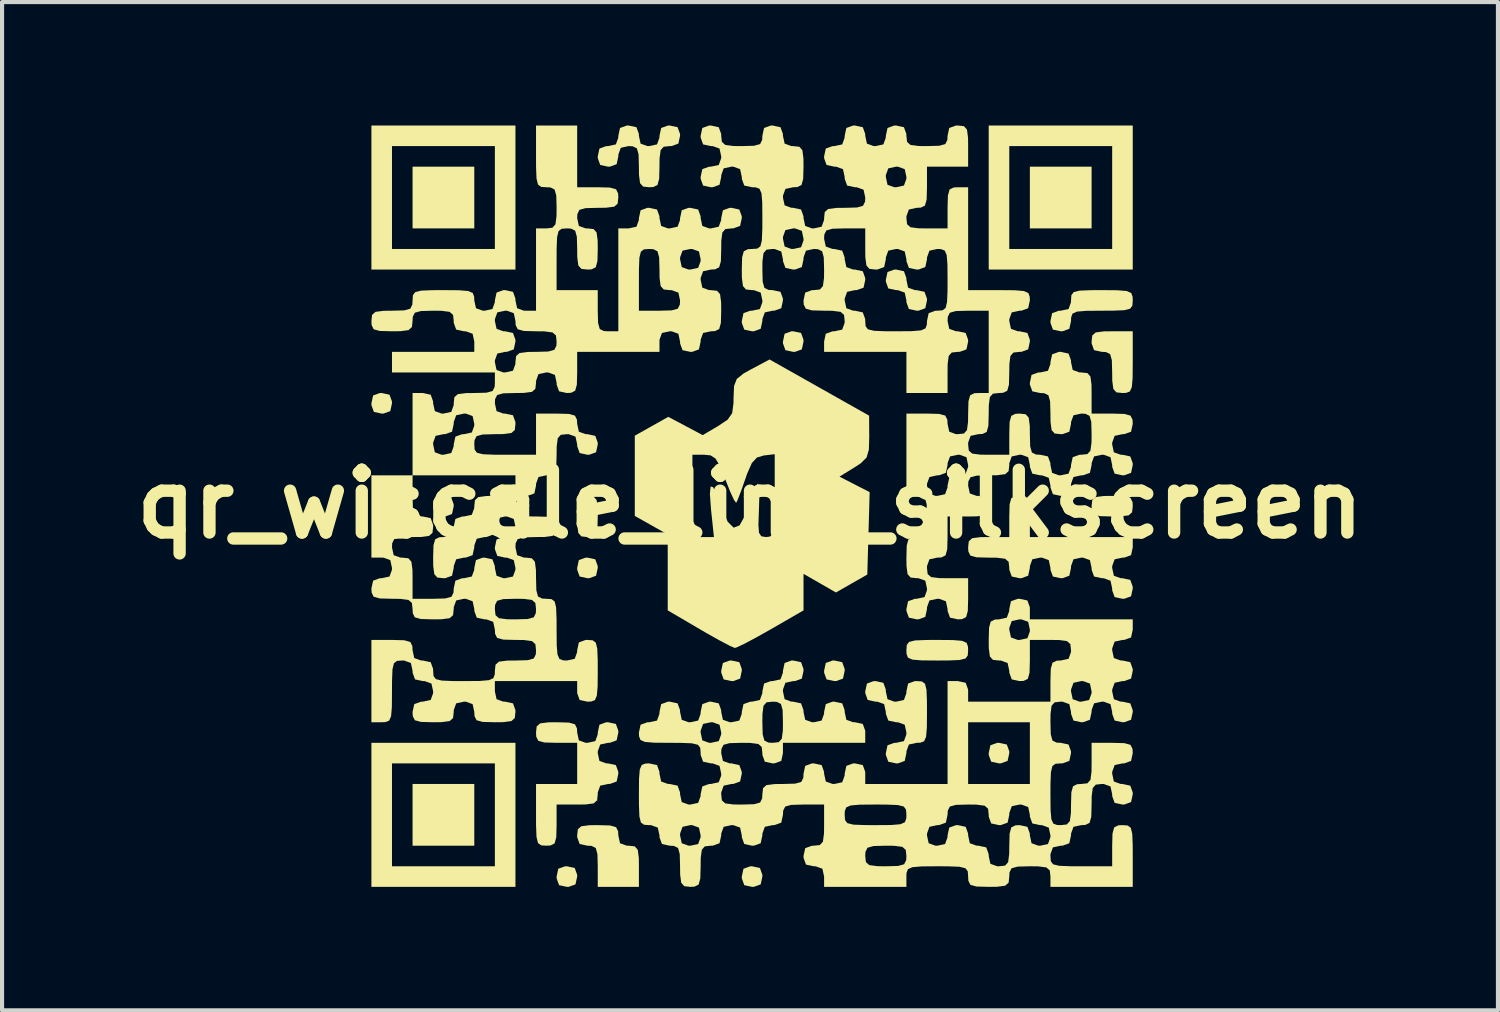
<source format=kicad_pcb>
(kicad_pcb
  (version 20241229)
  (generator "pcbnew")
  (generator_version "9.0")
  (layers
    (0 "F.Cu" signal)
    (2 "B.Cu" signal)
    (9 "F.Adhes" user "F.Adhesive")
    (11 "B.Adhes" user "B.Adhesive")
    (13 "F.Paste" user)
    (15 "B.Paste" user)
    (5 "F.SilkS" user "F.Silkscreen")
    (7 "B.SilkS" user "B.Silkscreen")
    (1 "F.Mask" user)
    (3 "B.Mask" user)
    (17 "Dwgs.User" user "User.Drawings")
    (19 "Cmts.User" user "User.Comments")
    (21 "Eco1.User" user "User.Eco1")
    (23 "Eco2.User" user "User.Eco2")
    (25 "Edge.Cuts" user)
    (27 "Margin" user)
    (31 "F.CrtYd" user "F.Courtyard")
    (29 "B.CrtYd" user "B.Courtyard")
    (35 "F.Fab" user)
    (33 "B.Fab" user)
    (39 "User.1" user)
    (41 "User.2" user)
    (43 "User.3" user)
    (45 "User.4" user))
  (footprint "qr_wiscale_link_silkscreen"
    (layer "F.Cu")
    (at 15.175 9.2)
    (property "Reference" "qr_wiscale_link_silkscreen" (at 0 0 0) (layer "F.SilkS") (effects (font (size 1.524 1.524) (thickness 0.3))))
    (attr board_only exclude_from_pos_files exclude_from_bom)
    (fp_poly (pts (xy -6.7 -6.7) (xy -8.2 -6.7) (xy -8.2 -8.2) (xy -6.7 -8.2)) (stroke (width 0) (type solid)) (fill yes) (layer "F.SilkS"))
    (fp_poly (pts (xy -6.7 8.3) (xy -8.2 8.3) (xy -8.2 6.8) (xy -6.7 6.8)) (stroke (width 0) (type solid)) (fill yes) (layer "F.SilkS"))
    (fp_poly (pts (xy 8.3 -6.7) (xy 6.8 -6.7) (xy 6.8 -8.2) (xy 8.3 -8.2)) (stroke (width 0) (type solid)) (fill yes) (layer "F.SilkS"))
    (fp_poly (pts (xy -5.7 -5.7) (xy -9.2 -5.7) (xy -9.2 -6.2) (xy -8.7 -6.2) (xy -6.2 -6.2) (xy -6.2 -8.7) (xy -8.7 -8.7) (xy -8.7 -6.2) (xy -9.2 -6.2) (xy -9.2 -9.2) (xy -5.7 -9.2)) (stroke (width 0) (type solid)) (fill yes) (layer "F.SilkS"))
    (fp_poly (pts (xy -5.7 9.3) (xy -9.2 9.3) (xy -9.2 8.8) (xy -8.7 8.8) (xy -6.2 8.8) (xy -6.2 6.3) (xy -8.7 6.3) (xy -8.7 8.8) (xy -9.2 8.8) (xy -9.2 5.8) (xy -5.7 5.8)) (stroke (width 0) (type solid)) (fill yes) (layer "F.SilkS"))
    (fp_poly (pts (xy 9.3 -5.7) (xy 5.8 -5.7) (xy 5.8 -6.2) (xy 6.3 -6.2) (xy 8.8 -6.2) (xy 8.8 -8.7) (xy 6.3 -8.7) (xy 6.3 -6.2) (xy 5.8 -6.2) (xy 5.8 -9.2) (xy 9.3 -9.2)) (stroke (width 0) (type solid)) (fill yes) (layer "F.SilkS"))
    (fp_poly (pts (xy -8.76 -2.659) (xy -8.701 -2.496) (xy -8.7 -2.45) (xy -8.741 -2.26) (xy -8.904 -2.201) (xy -8.95 -2.2) (xy -9.14 -2.241) (xy -9.199 -2.404) (xy -9.2 -2.45) (xy -9.159 -2.64) (xy -8.996 -2.699) (xy -8.95 -2.7)) (stroke (width 0) (type solid)) (fill yes) (layer "F.SilkS"))
    (fp_poly (pts (xy -7.26 -0.159) (xy -7.201 0.004) (xy -7.2 0.05) (xy -7.241 0.24) (xy -7.404 0.299) (xy -7.45 0.3) (xy -7.64 0.259) (xy -7.699 0.096) (xy -7.7 0.05) (xy -7.659 -0.14) (xy -7.496 -0.199) (xy -7.45 -0.2)) (stroke (width 0) (type solid)) (fill yes) (layer "F.SilkS"))
    (fp_poly (pts (xy -4.26 8.841) (xy -4.201 9.004) (xy -4.2 9.05) (xy -4.241 9.24) (xy -4.404 9.299) (xy -4.45 9.3) (xy -4.64 9.259) (xy -4.699 9.096) (xy -4.7 9.05) (xy -4.659 8.86) (xy -4.496 8.801) (xy -4.45 8.8)) (stroke (width 0) (type solid)) (fill yes) (layer "F.SilkS"))
    (fp_poly (pts (xy -3.76 1.341) (xy -3.701 1.504) (xy -3.7 1.55) (xy -3.741 1.74) (xy -3.904 1.799) (xy -3.95 1.8) (xy -4.14 1.759) (xy -4.199 1.596) (xy -4.2 1.55) (xy -4.159 1.36) (xy -3.996 1.301) (xy -3.95 1.3)) (stroke (width 0) (type solid)) (fill yes) (layer "F.SilkS"))
    (fp_poly (pts (xy -0.26 3.841) (xy -0.201 4.004) (xy -0.2 4.05) (xy -0.241 4.24) (xy -0.404 4.299) (xy -0.45 4.3) (xy -0.64 4.259) (xy -0.699 4.096) (xy -0.7 4.05) (xy -0.659 3.86) (xy -0.496 3.801) (xy -0.45 3.8)) (stroke (width 0) (type solid)) (fill yes) (layer "F.SilkS"))
    (fp_poly (pts (xy 0.24 8.841) (xy 0.299 9.004) (xy 0.3 9.05) (xy 0.259 9.24) (xy 0.096 9.299) (xy 0.05 9.3) (xy -0.14 9.259) (xy -0.199 9.096) (xy -0.2 9.05) (xy -0.159 8.86) (xy 0.004 8.801) (xy 0.05 8.8)) (stroke (width 0) (type solid)) (fill yes) (layer "F.SilkS"))
    (fp_poly (pts (xy 1.24 -4.159) (xy 1.299 -3.996) (xy 1.3 -3.95) (xy 1.259 -3.76) (xy 1.096 -3.701) (xy 1.05 -3.7) (xy 0.86 -3.741) (xy 0.801 -3.904) (xy 0.8 -3.95) (xy 0.841 -4.14) (xy 1.004 -4.199) (xy 1.05 -4.2)) (stroke (width 0) (type solid)) (fill yes) (layer "F.SilkS"))
    (fp_poly (pts (xy 2.24 3.841) (xy 2.299 4.004) (xy 2.3 4.05) (xy 2.259 4.24) (xy 2.096 4.299) (xy 2.05 4.3) (xy 1.86 4.259) (xy 1.801 4.096) (xy 1.8 4.05) (xy 1.841 3.86) (xy 2.004 3.801) (xy 2.05 3.8)) (stroke (width 0) (type solid)) (fill yes) (layer "F.SilkS"))
    (fp_poly (pts (xy 6.24 5.841) (xy 6.299 6.004) (xy 6.3 6.05) (xy 6.259 6.24) (xy 6.096 6.299) (xy 6.05 6.3) (xy 5.86 6.259) (xy 5.801 6.096) (xy 5.8 6.05) (xy 5.841 5.86) (xy 6.004 5.801) (xy 6.05 5.8)) (stroke (width 0) (type solid)) (fill yes) (layer "F.SilkS"))
    (fp_poly (pts (xy -3.802 -0.184) (xy -3.728 -0.101) (xy -3.702 0.099) (xy -3.7 0.3) (xy -3.708 0.597) (xy -3.749 0.745) (xy -3.85 0.795) (xy -3.95 0.8) (xy -4.098 0.784) (xy -4.172 0.701) (xy -4.198 0.501) (xy -4.2 0.3) (xy -4.192 0.003) (xy -4.151 -0.145) (xy -4.05 -0.195) (xy -3.95 -0.2)) (stroke (width 0) (type solid)) (fill yes) (layer "F.SilkS"))
    (fp_poly (pts (xy 9.097 -0.192) (xy 9.245 -0.151) (xy 9.295 -0.05) (xy 9.3 0.05) (xy 9.284 0.198) (xy 9.201 0.272) (xy 9.001 0.298) (xy 8.8 0.3) (xy 8.503 0.292) (xy 8.355 0.251) (xy 8.305 0.15) (xy 8.3 0.05) (xy 8.316 -0.098) (xy 8.399 -0.172) (xy 8.599 -0.198) (xy 8.8 -0.2)) (stroke (width 0) (type solid)) (fill yes) (layer "F.SilkS"))
    (fp_poly (pts (xy 4.931 3.303) (xy 5.155 3.322) (xy 5.263 3.37) (xy 5.297 3.462) (xy 5.3 3.55) (xy 5.291 3.677) (xy 5.235 3.752) (xy 5.089 3.788) (xy 4.813 3.799) (xy 4.55 3.8) (xy 4.169 3.797) (xy 3.945 3.778) (xy 3.837 3.73) (xy 3.803 3.638) (xy 3.8 3.55) (xy 3.809 3.423) (xy 3.865 3.348) (xy 4.011 3.312) (xy 4.287 3.301) (xy 4.55 3.3)) (stroke (width 0) (type solid)) (fill yes) (layer "F.SilkS"))
    (fp_poly (pts (xy 9.3 -3.45) (xy 9.297 -3.069) (xy 9.278 -2.845) (xy 9.23 -2.737) (xy 9.138 -2.703) (xy 9.05 -2.7) (xy 8.902 -2.716) (xy 8.828 -2.799) (xy 8.802 -2.999) (xy 8.8 -3.2) (xy 8.792 -3.497) (xy 8.751 -3.645) (xy 8.65 -3.695) (xy 8.55 -3.7) (xy 8.36 -3.741) (xy 8.301 -3.904) (xy 8.3 -3.95) (xy 8.316 -4.098) (xy 8.399 -4.172) (xy 8.599 -4.198) (xy 8.8 -4.2) (xy 9.3 -4.2)) (stroke (width 0) (type solid)) (fill yes) (layer "F.SilkS"))
    (fp_poly (pts (xy 3.74 -5.659) (xy 3.799 -5.496) (xy 3.8 -5.45) (xy 3.841 -5.26) (xy 4.004 -5.201) (xy 4.05 -5.2) (xy 4.24 -5.159) (xy 4.299 -4.996) (xy 4.3 -4.95) (xy 4.259 -4.76) (xy 4.096 -4.701) (xy 4.05 -4.7) (xy 3.86 -4.741) (xy 3.801 -4.904) (xy 3.8 -4.95) (xy 3.759 -5.14) (xy 3.596 -5.199) (xy 3.55 -5.2) (xy 3.36 -5.241) (xy 3.301 -5.404) (xy 3.3 -5.45) (xy 3.341 -5.64) (xy 3.504 -5.699) (xy 3.55 -5.7)) (stroke (width 0) (type solid)) (fill yes) (layer "F.SilkS"))
    (fp_poly (pts (xy -3.403 7.808) (xy -3.255 7.849) (xy -3.205 7.95) (xy -3.2 8.05) (xy -3.159 8.24) (xy -2.996 8.299) (xy -2.95 8.3) (xy -2.802 8.316) (xy -2.728 8.399) (xy -2.702 8.599) (xy -2.7 8.8) (xy -2.7 9.3) (xy -3.7 9.3) (xy -3.7 8.8) (xy -3.708 8.503) (xy -3.749 8.355) (xy -3.85 8.305) (xy -3.95 8.3) (xy -4.14 8.259) (xy -4.199 8.096) (xy -4.2 8.05) (xy -4.184 7.902) (xy -4.101 7.828) (xy -3.901 7.802) (xy -3.7 7.8)) (stroke (width 0) (type solid)) (fill yes) (layer "F.SilkS"))
    (fp_poly (pts (xy 8.931 -5.197) (xy 9.155 -5.178) (xy 9.263 -5.13) (xy 9.297 -5.038) (xy 9.3 -4.95) (xy 9.291 -4.823) (xy 9.235 -4.748) (xy 9.089 -4.712) (xy 8.813 -4.701) (xy 8.55 -4.7) (xy 8.169 -4.697) (xy 7.945 -4.678) (xy 7.837 -4.63) (xy 7.803 -4.538) (xy 7.8 -4.45) (xy 7.759 -4.26) (xy 7.596 -4.201) (xy 7.55 -4.2) (xy 7.36 -4.241) (xy 7.301 -4.404) (xy 7.3 -4.45) (xy 7.341 -4.64) (xy 7.504 -4.699) (xy 7.55 -4.7) (xy 7.74 -4.741) (xy 7.799 -4.904) (xy 7.8 -4.95) (xy 7.809 -5.077) (xy 7.865 -5.152) (xy 8.011 -5.188) (xy 8.287 -5.199) (xy 8.55 -5.2)) (stroke (width 0) (type solid)) (fill yes) (layer "F.SilkS"))
    (fp_poly (pts (xy -1.76 -9.159) (xy -1.701 -8.996) (xy -1.7 -8.95) (xy -1.741 -8.76) (xy -1.904 -8.701) (xy -1.95 -8.7) (xy -2.098 -8.684) (xy -2.172 -8.601) (xy -2.198 -8.401) (xy -2.2 -8.2) (xy -2.208 -7.903) (xy -2.249 -7.755) (xy -2.35 -7.705) (xy -2.45 -7.7) (xy -2.598 -7.716) (xy -2.672 -7.799) (xy -2.698 -7.999) (xy -2.7 -8.2) (xy -2.708 -8.497) (xy -2.749 -8.645) (xy -2.85 -8.695) (xy -2.95 -8.7) (xy -3.14 -8.659) (xy -3.199 -8.496) (xy -3.2 -8.45) (xy -3.241 -8.26) (xy -3.404 -8.201) (xy -3.45 -8.2) (xy -3.64 -8.241) (xy -3.699 -8.404) (xy -3.7 -8.45) (xy -3.659 -8.64) (xy -3.496 -8.699) (xy -3.45 -8.7) (xy -3.26 -8.741) (xy -3.201 -8.904) (xy -3.2 -8.95) (xy -3.159 -9.14) (xy -2.996 -9.199) (xy -2.95 -9.2) (xy -2.76 -9.159) (xy -2.701 -8.996) (xy -2.7 -8.95) (xy -2.659 -8.76) (xy -2.496 -8.701) (xy -2.45 -8.7) (xy -2.26 -8.741) (xy -2.201 -8.904) (xy -2.2 -8.95) (xy -2.159 -9.14) (xy -1.996 -9.199) (xy -1.95 -9.2)) (stroke (width 0) (type solid)) (fill yes) (layer "F.SilkS"))
    (fp_poly (pts (xy 4.177 4.309) (xy 4.252 4.365) (xy 4.288 4.511) (xy 4.299 4.787) (xy 4.3 5.05) (xy 4.297 5.431) (xy 4.278 5.655) (xy 4.23 5.763) (xy 4.138 5.797) (xy 4.05 5.8) (xy 3.86 5.841) (xy 3.801 6.004) (xy 3.8 6.05) (xy 3.759 6.24) (xy 3.596 6.299) (xy 3.55 6.3) (xy 3.36 6.259) (xy 3.301 6.096) (xy 3.3 6.05) (xy 3.341 5.86) (xy 3.504 5.801) (xy 3.55 5.8) (xy 3.74 5.759) (xy 3.799 5.596) (xy 3.8 5.55) (xy 3.759 5.36) (xy 3.596 5.301) (xy 3.55 5.3) (xy 3.36 5.259) (xy 3.301 5.096) (xy 3.3 5.05) (xy 3.259 4.86) (xy 3.096 4.801) (xy 3.05 4.8) (xy 2.86 4.759) (xy 2.801 4.596) (xy 2.8 4.55) (xy 2.841 4.36) (xy 3.004 4.301) (xy 3.05 4.3) (xy 3.24 4.341) (xy 3.299 4.504) (xy 3.3 4.55) (xy 3.341 4.74) (xy 3.504 4.799) (xy 3.55 4.8) (xy 3.74 4.759) (xy 3.799 4.596) (xy 3.8 4.55) (xy 3.841 4.36) (xy 4.004 4.301) (xy 4.05 4.3)) (stroke (width 0) (type solid)) (fill yes) (layer "F.SilkS"))
    (fp_poly (pts (xy -3.26 5.341) (xy -3.201 5.504) (xy -3.2 5.55) (xy -3.241 5.74) (xy -3.404 5.799) (xy -3.45 5.8) (xy -3.64 5.841) (xy -3.699 6.004) (xy -3.7 6.05) (xy -3.659 6.24) (xy -3.496 6.299) (xy -3.45 6.3) (xy -3.26 6.341) (xy -3.201 6.504) (xy -3.2 6.55) (xy -3.241 6.74) (xy -3.404 6.799) (xy -3.45 6.8) (xy -3.64 6.841) (xy -3.699 7.004) (xy -3.7 7.05) (xy -3.716 7.198) (xy -3.799 7.272) (xy -3.999 7.298) (xy -4.2 7.3) (xy -4.7 7.3) (xy -4.7 7.8) (xy -4.708 8.097) (xy -4.749 8.245) (xy -4.85 8.295) (xy -4.95 8.3) (xy -5.077 8.291) (xy -5.152 8.235) (xy -5.188 8.089) (xy -5.199 7.813) (xy -5.2 7.55) (xy -5.2 6.8) (xy -4.2 6.8) (xy -4.2 5.8) (xy -4.7 5.8) (xy -4.997 5.792) (xy -5.145 5.751) (xy -5.195 5.65) (xy -5.2 5.55) (xy -5.184 5.402) (xy -5.101 5.328) (xy -4.901 5.302) (xy -4.7 5.3) (xy -4.403 5.308) (xy -4.255 5.349) (xy -4.205 5.45) (xy -4.2 5.55) (xy -4.159 5.74) (xy -3.996 5.799) (xy -3.95 5.8) (xy -3.76 5.759) (xy -3.701 5.596) (xy -3.7 5.55) (xy -3.659 5.36) (xy -3.496 5.301) (xy -3.45 5.3)) (stroke (width 0) (type solid)) (fill yes) (layer "F.SilkS"))
    (fp_poly (pts (xy 6.698 -0.184) (xy 6.772 -0.101) (xy 6.798 0.099) (xy 6.8 0.3) (xy 6.8 0.8) (xy 9.3 0.8) (xy 9.3 1.05) (xy 9.259 1.24) (xy 9.096 1.299) (xy 9.05 1.3) (xy 8.86 1.341) (xy 8.801 1.504) (xy 8.8 1.55) (xy 8.841 1.74) (xy 9.004 1.799) (xy 9.05 1.8) (xy 9.24 1.841) (xy 9.299 2.004) (xy 9.3 2.05) (xy 9.259 2.24) (xy 9.096 2.299) (xy 9.05 2.3) (xy 8.86 2.259) (xy 8.801 2.096) (xy 8.8 2.05) (xy 8.759 1.86) (xy 8.596 1.801) (xy 8.55 1.8) (xy 8.36 1.759) (xy 8.301 1.596) (xy 8.3 1.55) (xy 8.259 1.36) (xy 8.096 1.301) (xy 8.05 1.3) (xy 7.86 1.341) (xy 7.801 1.504) (xy 7.8 1.55) (xy 7.759 1.74) (xy 7.596 1.799) (xy 7.55 1.8) (xy 7.36 1.759) (xy 7.301 1.596) (xy 7.3 1.55) (xy 7.259 1.36) (xy 7.096 1.301) (xy 7.05 1.3) (xy 6.86 1.341) (xy 6.801 1.504) (xy 6.8 1.55) (xy 6.759 1.74) (xy 6.596 1.799) (xy 6.55 1.8) (xy 6.36 1.759) (xy 6.301 1.596) (xy 6.3 1.55) (xy 6.284 1.402) (xy 6.201 1.328) (xy 6.001 1.302) (xy 5.8 1.3) (xy 5.503 1.292) (xy 5.355 1.251) (xy 5.305 1.15) (xy 5.3 1.05) (xy 5.316 0.902) (xy 5.399 0.828) (xy 5.599 0.802) (xy 5.8 0.8) (xy 6.3 0.8) (xy 6.3 0.3) (xy 6.308 0.003) (xy 6.349 -0.145) (xy 6.45 -0.195) (xy 6.55 -0.2)) (stroke (width 0) (type solid)) (fill yes) (layer "F.SilkS"))
    (fp_poly (pts (xy 1.685 -2.832) (xy 2.894 -2.15) (xy 2.897 -1.633) (xy 2.888 -1.321) (xy 2.832 -1.132) (xy 2.692 -0.993) (xy 2.537 -0.892) (xy 2.174 -0.668) (xy 2.54 -0.48) (xy 2.907 -0.292) (xy 2.85 1.711) (xy 2.468 1.929) (xy 2.087 2.147) (xy 1.693 1.92) (xy 1.3 1.694) (xy 1.3 2.582) (xy 0.505 3.041) (xy 0.147 3.242) (xy -0.146 3.398) (xy -0.332 3.484) (xy -0.37 3.495) (xy -0.487 3.445) (xy -0.732 3.316) (xy -1.061 3.132) (xy -1.225 3.036) (xy -2 2.582) (xy -2 0.8) (xy -1.4 0.8) (xy -0.877 0.8) (xy -0.948 0.125) (xy -0.975 -0.249) (xy -0.958 -0.428) (xy -0.897 -0.412) (xy -0.794 -0.2) (xy -0.691 0.082) (xy -0.543 0.427) (xy -0.398 0.572) (xy -0.255 0.517) (xy -0.112 0.263) (xy -0.039 0.056) (xy 0.064 -0.242) (xy 0.151 -0.444) (xy 0.193 -0.5) (xy 0.217 -0.409) (xy 0.226 -0.171) (xy 0.216 0.15) (xy 0.204 0.5) (xy 0.218 0.695) (xy 0.273 0.78) (xy 0.379 0.8) (xy 0.391 0.8) (xy 0.486 0.788) (xy 0.547 0.728) (xy 0.581 0.584) (xy 0.596 0.32) (xy 0.6 -0.101) (xy 0.6 -0.207) (xy 0.6 -1.213) (xy 0.334 -1.182) (xy 0.168 -1.132) (xy 0.045 -1) (xy -0.071 -0.737) (xy -0.115 -0.609) (xy -0.221 -0.309) (xy -0.303 -0.097) (xy -0.336 -0.031) (xy -0.387 -0.097) (xy -0.483 -0.305) (xy -0.599 -0.597) (xy -0.731 -0.926) (xy -0.839 -1.108) (xy -0.959 -1.185) (xy -1.112 -1.2) (xy -1.4 -1.2) (xy -1.4 0.8) (xy -2 0.8) (xy -2 0.737) (xy -2.4 0.512) (xy -2.8 0.287) (xy -2.8 -1.663) (xy -2.393 -1.892) (xy -1.986 -2.121) (xy -1.568 -1.899) (xy -1.15 -1.677) (xy -0.775 -1.898) (xy -0.543 -2.053) (xy -0.434 -2.21) (xy -0.402 -2.451) (xy -0.4 -2.585) (xy -0.388 -2.87) (xy -0.322 -3.042) (xy -0.155 -3.176) (xy 0.037 -3.282) (xy 0.475 -3.515)) (stroke (width 0) (type solid)) (fill yes) (layer "F.SilkS"))
    (fp_poly (pts (xy 5.198 -9.184) (xy 5.272 -9.101) (xy 5.298 -8.901) (xy 5.3 -8.7) (xy 5.3 -8.2) (xy 4.3 -8.2) (xy 4.3 -7.7) (xy 4.292 -7.403) (xy 4.251 -7.255) (xy 4.15 -7.205) (xy 4.05 -7.2) (xy 3.86 -7.159) (xy 3.801 -6.996) (xy 3.8 -6.95) (xy 3.816 -6.802) (xy 3.899 -6.728) (xy 4.099 -6.702) (xy 4.3 -6.7) (xy 4.8 -6.7) (xy 4.8 -7.2) (xy 4.808 -7.497) (xy 4.849 -7.645) (xy 4.95 -7.695) (xy 5.05 -7.7) (xy 5.3 -7.7) (xy 5.3 -5.2) (xy 6.05 -5.2) (xy 6.431 -5.197) (xy 6.655 -5.178) (xy 6.763 -5.13) (xy 6.797 -5.038) (xy 6.8 -4.95) (xy 6.759 -4.76) (xy 6.596 -4.701) (xy 6.55 -4.7) (xy 6.36 -4.659) (xy 6.301 -4.496) (xy 6.3 -4.45) (xy 6.341 -4.26) (xy 6.504 -4.201) (xy 6.55 -4.2) (xy 6.74 -4.159) (xy 6.799 -3.996) (xy 6.8 -3.95) (xy 6.759 -3.76) (xy 6.596 -3.701) (xy 6.55 -3.7) (xy 6.402 -3.684) (xy 6.328 -3.601) (xy 6.302 -3.401) (xy 6.3 -3.2) (xy 6.292 -2.903) (xy 6.251 -2.755) (xy 6.15 -2.705) (xy 6.05 -2.7) (xy 5.902 -2.684) (xy 5.828 -2.601) (xy 5.802 -2.401) (xy 5.8 -2.2) (xy 5.792 -1.903) (xy 5.751 -1.755) (xy 5.65 -1.705) (xy 5.55 -1.7) (xy 5.36 -1.659) (xy 5.301 -1.496) (xy 5.3 -1.45) (xy 5.316 -1.302) (xy 5.399 -1.228) (xy 5.599 -1.202) (xy 5.8 -1.2) (xy 6.3 -1.2) (xy 6.3 -1.7) (xy 6.308 -1.997) (xy 6.349 -2.145) (xy 6.45 -2.195) (xy 6.55 -2.2) (xy 6.698 -2.184) (xy 6.772 -2.101) (xy 6.798 -1.901) (xy 6.8 -1.7) (xy 6.808 -1.403) (xy 6.849 -1.255) (xy 6.95 -1.205) (xy 7.05 -1.2) (xy 7.24 -1.159) (xy 7.299 -0.996) (xy 7.3 -0.95) (xy 7.341 -0.76) (xy 7.504 -0.701) (xy 7.55 -0.7) (xy 7.74 -0.741) (xy 7.799 -0.904) (xy 7.8 -0.95) (xy 7.841 -1.14) (xy 8.004 -1.199) (xy 8.05 -1.2) (xy 8.198 -1.216) (xy 8.272 -1.299) (xy 8.298 -1.499) (xy 8.3 -1.7) (xy 8.292 -1.997) (xy 8.251 -2.145) (xy 8.15 -2.195) (xy 8.05 -2.2) (xy 7.86 -2.159) (xy 7.801 -1.996) (xy 7.8 -1.95) (xy 7.759 -1.76) (xy 7.596 -1.701) (xy 7.55 -1.7) (xy 7.402 -1.716) (xy 7.328 -1.799) (xy 7.302 -1.999) (xy 7.3 -2.2) (xy 7.292 -2.497) (xy 7.251 -2.645) (xy 7.15 -2.695) (xy 7.05 -2.7) (xy 6.86 -2.741) (xy 6.801 -2.904) (xy 6.8 -2.95) (xy 6.841 -3.14) (xy 7.004 -3.199) (xy 7.05 -3.2) (xy 7.24 -3.241) (xy 7.299 -3.404) (xy 7.3 -3.45) (xy 7.341 -3.64) (xy 7.504 -3.699) (xy 7.55 -3.7) (xy 7.74 -3.659) (xy 7.799 -3.496) (xy 7.8 -3.45) (xy 7.841 -3.26) (xy 8.004 -3.201) (xy 8.05 -3.2) (xy 8.198 -3.184) (xy 8.272 -3.101) (xy 8.298 -2.901) (xy 8.3 -2.7) (xy 8.3 -2.2) (xy 8.8 -2.2) (xy 9.097 -2.192) (xy 9.245 -2.151) (xy 9.295 -2.05) (xy 9.3 -1.95) (xy 9.259 -1.76) (xy 9.096 -1.701) (xy 9.05 -1.7) (xy 8.86 -1.659) (xy 8.801 -1.496) (xy 8.8 -1.45) (xy 8.841 -1.26) (xy 9.004 -1.201) (xy 9.05 -1.2) (xy 9.24 -1.159) (xy 9.299 -0.996) (xy 9.3 -0.95) (xy 9.259 -0.76) (xy 9.096 -0.701) (xy 9.05 -0.7) (xy 8.86 -0.741) (xy 8.801 -0.904) (xy 8.8 -0.95) (xy 8.759 -1.14) (xy 8.596 -1.199) (xy 8.55 -1.2) (xy 8.36 -1.159) (xy 8.301 -0.996) (xy 8.3 -0.95) (xy 8.259 -0.76) (xy 8.096 -0.701) (xy 8.05 -0.7) (xy 7.86 -0.659) (xy 7.801 -0.496) (xy 7.8 -0.45) (xy 7.759 -0.26) (xy 7.596 -0.201) (xy 7.55 -0.2) (xy 7.36 -0.241) (xy 7.301 -0.404) (xy 7.3 -0.45) (xy 7.259 -0.64) (xy 7.096 -0.699) (xy 7.05 -0.7) (xy 6.86 -0.741) (xy 6.801 -0.904) (xy 6.8 -0.95) (xy 6.759 -1.14) (xy 6.596 -1.199) (xy 6.55 -1.2) (xy 6.36 -1.159) (xy 6.301 -0.996) (xy 6.3 -0.95) (xy 6.284 -0.802) (xy 6.201 -0.728) (xy 6.001 -0.702) (xy 5.8 -0.7) (xy 5.503 -0.692) (xy 5.355 -0.651) (xy 5.305 -0.55) (xy 5.3 -0.45) (xy 5.341 -0.26) (xy 5.504 -0.201) (xy 5.55 -0.2) (xy 5.74 -0.159) (xy 5.799 0.004) (xy 5.8 0.05) (xy 5.784 0.198) (xy 5.701 0.272) (xy 5.501 0.298) (xy 5.3 0.3) (xy 4.8 0.3) (xy 4.8 0.8) (xy 4.792 1.097) (xy 4.751 1.245) (xy 4.65 1.295) (xy 4.55 1.3) (xy 4.36 1.341) (xy 4.301 1.504) (xy 4.3 1.55) (xy 4.316 1.698) (xy 4.399 1.772) (xy 4.599 1.798) (xy 4.8 1.8) (xy 5.3 1.8) (xy 5.3 2.3) (xy 5.292 2.597) (xy 5.251 2.745) (xy 5.15 2.795) (xy 5.05 2.8) (xy 4.86 2.759) (xy 4.801 2.596) (xy 4.8 2.55) (xy 4.759 2.36) (xy 4.596 2.301) (xy 4.55 2.3) (xy 4.36 2.341) (xy 4.301 2.504) (xy 4.3 2.55) (xy 4.259 2.74) (xy 4.096 2.799) (xy 4.05 2.8) (xy 3.86 2.759) (xy 3.801 2.596) (xy 3.8 2.55) (xy 3.841 2.36) (xy 4.004 2.301) (xy 4.05 2.3) (xy 4.24 2.259) (xy 4.299 2.096) (xy 4.3 2.05) (xy 4.259 1.86) (xy 4.096 1.801) (xy 4.05 1.8) (xy 3.902 1.784) (xy 3.828 1.701) (xy 3.802 1.501) (xy 3.8 1.3) (xy 3.808 1.003) (xy 3.849 0.855) (xy 3.95 0.805) (xy 4.05 0.8) (xy 4.198 0.784) (xy 4.272 0.701) (xy 4.298 0.501) (xy 4.3 0.3) (xy 4.292 0.003) (xy 4.251 -0.145) (xy 4.15 -0.195) (xy 4.05 -0.2) (xy 3.8 -0.2) (xy 3.8 -0.45) (xy 4.3 -0.45) (xy 4.341 -0.26) (xy 4.504 -0.201) (xy 4.55 -0.2) (xy 4.74 -0.241) (xy 4.799 -0.404) (xy 4.8 -0.45) (xy 4.841 -0.64) (xy 5.004 -0.699) (xy 5.05 -0.7) (xy 5.24 -0.741) (xy 5.299 -0.904) (xy 5.3 -0.95) (xy 5.259 -1.14) (xy 5.096 -1.199) (xy 5.05 -1.2) (xy 4.86 -1.159) (xy 4.801 -0.996) (xy 4.8 -0.95) (xy 4.759 -0.76) (xy 4.596 -0.701) (xy 4.55 -0.7) (xy 4.36 -0.659) (xy 4.301 -0.496) (xy 4.3 -0.45) (xy 3.8 -0.45) (xy 3.8 -2.2) (xy 4.3 -2.2) (xy 4.597 -2.192) (xy 4.745 -2.151) (xy 4.795 -2.05) (xy 4.8 -1.95) (xy 4.841 -1.76) (xy 5.004 -1.701) (xy 5.05 -1.7) (xy 5.198 -1.716) (xy 5.272 -1.799) (xy 5.298 -1.999) (xy 5.3 -2.2) (xy 5.308 -2.497) (xy 5.349 -2.645) (xy 5.45 -2.695) (xy 5.55 -2.7) (xy 5.8 -2.7) (xy 5.8 -4.7) (xy 5.3 -4.7) (xy 5.003 -4.692) (xy 4.855 -4.651) (xy 4.805 -4.55) (xy 4.8 -4.45) (xy 4.841 -4.26) (xy 5.004 -4.201) (xy 5.05 -4.2) (xy 5.24 -4.159) (xy 5.299 -3.996) (xy 5.3 -3.95) (xy 5.259 -3.76) (xy 5.096 -3.701) (xy 5.05 -3.7) (xy 4.902 -3.684) (xy 4.828 -3.601) (xy 4.802 -3.401) (xy 4.8 -3.2) (xy 4.8 -2.7) (xy 3.8 -2.7) (xy 3.8 -3.7) (xy 1.8 -3.7) (xy 1.8 -3.95) (xy 1.841 -4.14) (xy 2.004 -4.199) (xy 2.05 -4.2) (xy 2.24 -4.241) (xy 2.299 -4.404) (xy 2.3 -4.45) (xy 2.284 -4.598) (xy 2.201 -4.672) (xy 2.001 -4.698) (xy 1.8 -4.7) (xy 1.503 -4.708) (xy 1.355 -4.749) (xy 1.305 -4.85) (xy 1.3 -4.95) (xy 1.341 -5.14) (xy 1.504 -5.199) (xy 1.55 -5.2) (xy 1.698 -5.216) (xy 1.772 -5.299) (xy 1.798 -5.499) (xy 1.8 -5.7) (xy 1.792 -5.997) (xy 1.751 -6.145) (xy 1.65 -6.195) (xy 1.55 -6.2) (xy 1.36 -6.159) (xy 1.301 -5.996) (xy 1.3 -5.95) (xy 1.259 -5.76) (xy 1.096 -5.701) (xy 1.05 -5.7) (xy 0.86 -5.741) (xy 0.801 -5.904) (xy 0.8 -5.95) (xy 0.759 -6.14) (xy 0.596 -6.199) (xy 0.55 -6.2) (xy 0.402 -6.184) (xy 0.328 -6.101) (xy 0.302 -5.901) (xy 0.3 -5.7) (xy 0.308 -5.403) (xy 0.349 -5.255) (xy 0.45 -5.205) (xy 0.55 -5.2) (xy 0.74 -5.159) (xy 0.799 -4.996) (xy 0.8 -4.95) (xy 0.759 -4.76) (xy 0.596 -4.701) (xy 0.55 -4.7) (xy 0.36 -4.659) (xy 0.301 -4.496) (xy 0.3 -4.45) (xy 0.259 -4.26) (xy 0.096 -4.201) (xy 0.05 -4.2) (xy -0.14 -4.241) (xy -0.199 -4.404) (xy -0.2 -4.45) (xy -0.159 -4.64) (xy 0.004 -4.699) (xy 0.05 -4.7) (xy 0.24 -4.741) (xy 0.299 -4.904) (xy 0.3 -4.95) (xy 0.259 -5.14) (xy 0.096 -5.199) (xy 0.05 -5.2) (xy -0.098 -5.216) (xy -0.172 -5.299) (xy -0.198 -5.499) (xy -0.2 -5.7) (xy -0.192 -5.997) (xy -0.151 -6.145) (xy -0.05 -6.195) (xy 0.05 -6.2) (xy 0.177 -6.209) (xy 0.252 -6.265) (xy 0.288 -6.411) (xy 0.289 -6.45) (xy 0.8 -6.45) (xy 0.841 -6.26) (xy 1.004 -6.201) (xy 1.05 -6.2) (xy 1.24 -6.241) (xy 1.299 -6.404) (xy 1.3 -6.45) (xy 1.8 -6.45) (xy 1.841 -6.26) (xy 2.004 -6.201) (xy 2.05 -6.2) (xy 2.24 -6.159) (xy 2.299 -5.996) (xy 2.3 -5.95) (xy 2.341 -5.76) (xy 2.504 -5.701) (xy 2.55 -5.7) (xy 2.74 -5.659) (xy 2.799 -5.496) (xy 2.8 -5.45) (xy 2.759 -5.26) (xy 2.596 -5.201) (xy 2.55 -5.2) (xy 2.36 -5.159) (xy 2.301 -4.996) (xy 2.3 -4.95) (xy 2.341 -4.76) (xy 2.504 -4.701) (xy 2.55 -4.7) (xy 2.74 -4.659) (xy 2.799 -4.496) (xy 2.8 -4.45) (xy 2.809 -4.323) (xy 2.865 -4.248) (xy 3.011 -4.212) (xy 3.287 -4.201) (xy 3.55 -4.2) (xy 3.931 -4.203) (xy 4.155 -4.222) (xy 4.263 -4.27) (xy 4.297 -4.362) (xy 4.3 -4.45) (xy 4.341 -4.64) (xy 4.504 -4.699) (xy 4.55 -4.7) (xy 4.677 -4.709) (xy 4.752 -4.765) (xy 4.788 -4.911) (xy 4.799 -5.187) (xy 4.8 -5.45) (xy 4.797 -5.831) (xy 4.778 -6.055) (xy 4.73 -6.163) (xy 4.638 -6.197) (xy 4.55 -6.2) (xy 4.36 -6.159) (xy 4.301 -5.996) (xy 4.3 -5.95) (xy 4.259 -5.76) (xy 4.096 -5.701) (xy 4.05 -5.7) (xy 3.86 -5.741) (xy 3.801 -5.904) (xy 3.8 -5.95) (xy 3.759 -6.14) (xy 3.596 -6.199) (xy 3.55 -6.2) (xy 3.36 -6.159) (xy 3.301 -5.996) (xy 3.3 -5.95) (xy 3.259 -5.76) (xy 3.096 -5.701) (xy 3.05 -5.7) (xy 2.902 -5.716) (xy 2.828 -5.799) (xy 2.802 -5.999) (xy 2.8 -6.2) (xy 2.8 -6.7) (xy 2.3 -6.7) (xy 2.003 -6.692) (xy 1.855 -6.651) (xy 1.805 -6.55) (xy 1.8 -6.45) (xy 1.3 -6.45) (xy 1.259 -6.64) (xy 1.096 -6.699) (xy 1.05 -6.7) (xy 0.86 -6.659) (xy 0.801 -6.496) (xy 0.8 -6.45) (xy 0.289 -6.45) (xy 0.299 -6.687) (xy 0.3 -6.95) (xy 0.297 -7.331) (xy 0.278 -7.555) (xy 0.23 -7.663) (xy 0.138 -7.697) (xy 0.05 -7.7) (xy -0.14 -7.741) (xy -0.199 -7.904) (xy -0.2 -7.95) (xy -0.241 -8.14) (xy -0.404 -8.199) (xy -0.45 -8.2) (xy -0.64 -8.159) (xy -0.699 -7.996) (xy -0.7 -7.95) (xy -0.741 -7.76) (xy -0.904 -7.701) (xy -0.95 -7.7) (xy -1.14 -7.741) (xy -1.199 -7.904) (xy -1.2 -7.95) (xy -1.159 -8.14) (xy -0.996 -8.199) (xy -0.95 -8.2) (xy -0.76 -8.241) (xy -0.701 -8.404) (xy -0.7 -8.45) (xy -0.741 -8.64) (xy -0.904 -8.699) (xy -0.95 -8.7) (xy -1.14 -8.741) (xy -1.199 -8.904) (xy -1.2 -8.95) (xy -1.159 -9.14) (xy -0.996 -9.199) (xy -0.95 -9.2) (xy -0.76 -9.159) (xy -0.701 -8.996) (xy -0.7 -8.95) (xy -0.684 -8.802) (xy -0.601 -8.728) (xy -0.401 -8.702) (xy -0.2 -8.7) (xy 0.097 -8.708) (xy 0.245 -8.749) (xy 0.295 -8.85) (xy 0.3 -8.95) (xy 0.341 -9.14) (xy 0.504 -9.199) (xy 0.55 -9.2) (xy 0.74 -9.159) (xy 0.799 -8.996) (xy 0.8 -8.95) (xy 0.841 -8.76) (xy 1.004 -8.701) (xy 1.05 -8.7) (xy 1.198 -8.684) (xy 1.272 -8.601) (xy 1.298 -8.401) (xy 1.3 -8.2) (xy 1.292 -7.903) (xy 1.251 -7.755) (xy 1.15 -7.705) (xy 1.05 -7.7) (xy 0.86 -7.659) (xy 0.801 -7.496) (xy 0.8 -7.45) (xy 0.841 -7.26) (xy 1.004 -7.201) (xy 1.05 -7.2) (xy 1.24 -7.159) (xy 1.299 -6.996) (xy 1.3 -6.95) (xy 1.341 -6.76) (xy 1.504 -6.701) (xy 1.55 -6.7) (xy 1.74 -6.741) (xy 1.799 -6.904) (xy 1.8 -6.95) (xy 1.816 -7.098) (xy 1.899 -7.172) (xy 2.099 -7.198) (xy 2.3 -7.2) (xy 2.597 -7.208) (xy 2.745 -7.249) (xy 2.795 -7.35) (xy 2.8 -7.45) (xy 2.759 -7.64) (xy 2.596 -7.699) (xy 2.55 -7.7) (xy 2.36 -7.741) (xy 2.301 -7.904) (xy 2.3 -7.95) (xy 3.3 -7.95) (xy 3.341 -7.76) (xy 3.504 -7.701) (xy 3.55 -7.7) (xy 3.74 -7.741) (xy 3.799 -7.904) (xy 3.8 -7.95) (xy 3.759 -8.14) (xy 3.596 -8.199) (xy 3.55 -8.2) (xy 3.36 -8.159) (xy 3.301 -7.996) (xy 3.3 -7.95) (xy 2.3 -7.95) (xy 2.259 -8.14) (xy 2.096 -8.199) (xy 2.05 -8.2) (xy 1.86 -8.241) (xy 1.801 -8.404) (xy 1.8 -8.45) (xy 1.841 -8.64) (xy 2.004 -8.699) (xy 2.05 -8.7) (xy 2.24 -8.741) (xy 2.299 -8.904) (xy 2.3 -8.95) (xy 2.341 -9.14) (xy 2.504 -9.199) (xy 2.55 -9.2) (xy 2.74 -9.159) (xy 2.799 -8.996) (xy 2.8 -8.95) (xy 2.841 -8.76) (xy 3.004 -8.701) (xy 3.05 -8.7) (xy 3.24 -8.741) (xy 3.299 -8.904) (xy 3.3 -8.95) (xy 3.341 -9.14) (xy 3.504 -9.199) (xy 3.55 -9.2) (xy 3.74 -9.159) (xy 3.799 -8.996) (xy 3.8 -8.95) (xy 3.816 -8.802) (xy 3.899 -8.728) (xy 4.099 -8.702) (xy 4.3 -8.7) (xy 4.597 -8.708) (xy 4.745 -8.749) (xy 4.795 -8.85) (xy 4.8 -8.95) (xy 4.841 -9.14) (xy 5.004 -9.199) (xy 5.05 -9.2)) (stroke (width 0) (type solid)) (fill yes) (layer "F.SilkS"))
    (fp_poly (pts (xy 6.74 2.341) (xy 6.799 2.504) (xy 6.8 2.55) (xy 6.8 2.8) (xy 9.3 2.8) (xy 9.3 3.05) (xy 9.259 3.24) (xy 9.096 3.299) (xy 9.05 3.3) (xy 8.86 3.341) (xy 8.801 3.504) (xy 8.8 3.55) (xy 8.841 3.74) (xy 9.004 3.799) (xy 9.05 3.8) (xy 9.24 3.841) (xy 9.299 4.004) (xy 9.3 4.05) (xy 9.259 4.24) (xy 9.096 4.299) (xy 9.05 4.3) (xy 8.86 4.341) (xy 8.801 4.504) (xy 8.8 4.55) (xy 8.841 4.74) (xy 9.004 4.799) (xy 9.05 4.8) (xy 9.24 4.841) (xy 9.299 5.004) (xy 9.3 5.05) (xy 9.259 5.24) (xy 9.096 5.299) (xy 9.05 5.3) (xy 8.86 5.259) (xy 8.801 5.096) (xy 8.8 5.05) (xy 8.759 4.86) (xy 8.596 4.801) (xy 8.55 4.8) (xy 8.36 4.841) (xy 8.301 5.004) (xy 8.3 5.05) (xy 8.259 5.24) (xy 8.096 5.299) (xy 8.05 5.3) (xy 7.86 5.259) (xy 7.801 5.096) (xy 7.8 5.05) (xy 7.759 4.86) (xy 7.596 4.801) (xy 7.55 4.8) (xy 7.402 4.816) (xy 7.328 4.899) (xy 7.302 5.099) (xy 7.3 5.3) (xy 7.308 5.597) (xy 7.349 5.745) (xy 7.45 5.795) (xy 7.55 5.8) (xy 7.74 5.841) (xy 7.799 6.004) (xy 7.8 6.05) (xy 7.759 6.24) (xy 7.596 6.299) (xy 7.55 6.3) (xy 7.423 6.309) (xy 7.348 6.365) (xy 7.312 6.511) (xy 7.301 6.787) (xy 7.3 7.05) (xy 7.303 7.431) (xy 7.322 7.655) (xy 7.37 7.763) (xy 7.462 7.797) (xy 7.55 7.8) (xy 7.698 7.784) (xy 7.772 7.701) (xy 7.798 7.501) (xy 7.8 7.3) (xy 7.808 7.003) (xy 7.849 6.855) (xy 7.95 6.805) (xy 8.05 6.8) (xy 8.198 6.784) (xy 8.272 6.701) (xy 8.298 6.501) (xy 8.3 6.3) (xy 8.3 5.8) (xy 8.8 5.8) (xy 9.097 5.808) (xy 9.245 5.849) (xy 9.295 5.95) (xy 9.3 6.05) (xy 9.259 6.24) (xy 9.096 6.299) (xy 9.05 6.3) (xy 8.86 6.341) (xy 8.801 6.504) (xy 8.8 6.55) (xy 8.841 6.74) (xy 9.004 6.799) (xy 9.05 6.8) (xy 9.24 6.841) (xy 9.299 7.004) (xy 9.3 7.05) (xy 9.259 7.24) (xy 9.096 7.299) (xy 9.05 7.3) (xy 8.86 7.259) (xy 8.801 7.096) (xy 8.8 7.05) (xy 8.759 6.86) (xy 8.596 6.801) (xy 8.55 6.8) (xy 8.402 6.816) (xy 8.328 6.899) (xy 8.302 7.099) (xy 8.3 7.3) (xy 8.292 7.597) (xy 8.251 7.745) (xy 8.15 7.795) (xy 8.05 7.8) (xy 7.86 7.841) (xy 7.801 8.004) (xy 7.8 8.05) (xy 7.759 8.24) (xy 7.596 8.299) (xy 7.55 8.3) (xy 7.36 8.341) (xy 7.301 8.504) (xy 7.3 8.55) (xy 7.309 8.677) (xy 7.365 8.752) (xy 7.511 8.788) (xy 7.787 8.799) (xy 8.05 8.8) (xy 8.8 8.8) (xy 8.8 8.3) (xy 8.808 8.003) (xy 8.849 7.855) (xy 8.95 7.805) (xy 9.05 7.8) (xy 9.177 7.809) (xy 9.252 7.865) (xy 9.288 8.011) (xy 9.299 8.287) (xy 9.3 8.55) (xy 9.3 9.3) (xy 7.3 9.3) (xy 7.3 9.05) (xy 7.284 8.902) (xy 7.201 8.828) (xy 7.001 8.802) (xy 6.8 8.8) (xy 6.503 8.808) (xy 6.355 8.849) (xy 6.305 8.95) (xy 6.3 9.05) (xy 6.284 9.198) (xy 6.201 9.272) (xy 6.001 9.298) (xy 5.8 9.3) (xy 5.503 9.292) (xy 5.355 9.251) (xy 5.305 9.15) (xy 5.3 9.05) (xy 5.291 8.923) (xy 5.235 8.848) (xy 5.089 8.812) (xy 4.813 8.801) (xy 4.55 8.8) (xy 4.169 8.803) (xy 3.945 8.822) (xy 3.837 8.87) (xy 3.803 8.962) (xy 3.8 9.05) (xy 3.8 9.3) (xy 1.8 9.3) (xy 1.8 9.05) (xy 1.759 8.86) (xy 1.596 8.801) (xy 1.55 8.8) (xy 1.36 8.759) (xy 1.301 8.596) (xy 1.3 8.55) (xy 2.8 8.55) (xy 2.816 8.698) (xy 2.899 8.772) (xy 3.099 8.798) (xy 3.3 8.8) (xy 3.597 8.792) (xy 3.745 8.751) (xy 3.795 8.65) (xy 3.8 8.55) (xy 3.784 8.402) (xy 3.701 8.328) (xy 3.501 8.302) (xy 3.3 8.3) (xy 3.003 8.308) (xy 2.855 8.349) (xy 2.805 8.45) (xy 2.8 8.55) (xy 1.3 8.55) (xy 1.341 8.36) (xy 1.504 8.301) (xy 1.55 8.3) (xy 1.698 8.284) (xy 1.772 8.201) (xy 1.791 8.05) (xy 4.3 8.05) (xy 4.341 8.24) (xy 4.504 8.299) (xy 4.55 8.3) (xy 4.74 8.259) (xy 4.799 8.096) (xy 4.8 8.05) (xy 4.841 7.86) (xy 5.004 7.801) (xy 5.05 7.8) (xy 5.24 7.841) (xy 5.299 8.004) (xy 5.3 8.05) (xy 5.341 8.24) (xy 5.504 8.299) (xy 5.55 8.3) (xy 5.74 8.341) (xy 5.799 8.504) (xy 5.8 8.55) (xy 5.841 8.74) (xy 6.004 8.799) (xy 6.05 8.8) (xy 6.198 8.784) (xy 6.272 8.701) (xy 6.298 8.501) (xy 6.3 8.3) (xy 6.308 8.003) (xy 6.349 7.855) (xy 6.45 7.805) (xy 6.55 7.8) (xy 6.74 7.841) (xy 6.799 8.004) (xy 6.8 8.05) (xy 6.841 8.24) (xy 7.004 8.299) (xy 7.05 8.3) (xy 7.24 8.259) (xy 7.299 8.096) (xy 7.3 8.05) (xy 7.259 7.86) (xy 7.096 7.801) (xy 7.05 7.8) (xy 6.86 7.759) (xy 6.801 7.596) (xy 6.8 7.55) (xy 6.759 7.36) (xy 6.596 7.301) (xy 6.55 7.3) (xy 6.36 7.341) (xy 6.301 7.504) (xy 6.3 7.55) (xy 6.259 7.74) (xy 6.096 7.799) (xy 6.05 7.8) (xy 5.86 7.759) (xy 5.801 7.596) (xy 5.8 7.55) (xy 5.784 7.402) (xy 5.701 7.328) (xy 5.501 7.302) (xy 5.3 7.3) (xy 5.003 7.308) (xy 4.855 7.349) (xy 4.805 7.45) (xy 4.8 7.55) (xy 4.759 7.74) (xy 4.596 7.799) (xy 4.55 7.8) (xy 4.36 7.841) (xy 4.301 8.004) (xy 4.3 8.05) (xy 1.791 8.05) (xy 1.798 8.001) (xy 1.8 7.8) (xy 1.8 7.55) (xy 2.3 7.55) (xy 2.309 7.677) (xy 2.365 7.752) (xy 2.511 7.788) (xy 2.787 7.799) (xy 3.05 7.8) (xy 3.431 7.797) (xy 3.655 7.778) (xy 3.763 7.73) (xy 3.797 7.638) (xy 3.8 7.55) (xy 3.791 7.423) (xy 3.735 7.348) (xy 3.589 7.312) (xy 3.313 7.301) (xy 3.05 7.3) (xy 2.669 7.303) (xy 2.445 7.322) (xy 2.337 7.37) (xy 2.303 7.462) (xy 2.3 7.55) (xy 1.8 7.55) (xy 1.8 7.3) (xy 1.3 7.3) (xy 1.003 7.308) (xy 0.855 7.349) (xy 0.805 7.45) (xy 0.8 7.55) (xy 0.759 7.74) (xy 0.596 7.799) (xy 0.55 7.8) (xy 0.36 7.841) (xy 0.301 8.004) (xy 0.3 8.05) (xy 0.259 8.24) (xy 0.096 8.299) (xy 0.05 8.3) (xy -0.14 8.259) (xy -0.199 8.096) (xy -0.2 8.05) (xy -0.241 7.86) (xy -0.404 7.801) (xy -0.45 7.8) (xy -0.64 7.841) (xy -0.699 8.004) (xy -0.7 8.05) (xy -0.741 8.24) (xy -0.904 8.299) (xy -0.95 8.3) (xy -1.098 8.316) (xy -1.172 8.399) (xy -1.198 8.599) (xy -1.2 8.8) (xy -1.208 9.097) (xy -1.249 9.245) (xy -1.35 9.295) (xy -1.45 9.3) (xy -1.598 9.284) (xy -1.672 9.201) (xy -1.698 9.001) (xy -1.7 8.8) (xy -1.708 8.503) (xy -1.749 8.355) (xy -1.85 8.305) (xy -1.95 8.3) (xy -2.14 8.259) (xy -2.199 8.096) (xy -2.2 8.05) (xy -1.7 8.05) (xy -1.659 8.24) (xy -1.496 8.299) (xy -1.45 8.3) (xy -1.26 8.259) (xy -1.201 8.096) (xy -1.2 8.05) (xy -1.241 7.86) (xy -1.404 7.801) (xy -1.45 7.8) (xy -1.64 7.841) (xy -1.699 8.004) (xy -1.7 8.05) (xy -2.2 8.05) (xy -2.241 7.86) (xy -2.404 7.801) (xy -2.45 7.8) (xy -2.577 7.791) (xy -2.652 7.735) (xy -2.688 7.589) (xy -2.699 7.313) (xy -2.7 7.05) (xy -2.697 6.669) (xy -2.678 6.445) (xy -2.63 6.337) (xy -2.538 6.303) (xy -2.45 6.3) (xy -2.26 6.341) (xy -2.201 6.504) (xy -2.2 6.55) (xy -2.159 6.74) (xy -1.996 6.799) (xy -1.95 6.8) (xy -1.76 6.841) (xy -1.701 7.004) (xy -1.7 7.05) (xy -1.659 7.24) (xy -1.496 7.299) (xy -1.45 7.3) (xy -1.26 7.259) (xy -1.201 7.096) (xy -1.2 7.05) (xy -1.159 6.86) (xy -0.996 6.801) (xy -0.95 6.8) (xy -0.76 6.759) (xy -0.701 6.596) (xy -0.7 6.55) (xy -0.741 6.36) (xy -0.904 6.301) (xy -0.95 6.3) (xy -1.14 6.259) (xy -1.199 6.096) (xy -1.2 6.05) (xy -1.209 5.923) (xy -1.265 5.848) (xy -1.411 5.812) (xy -1.687 5.801) (xy -1.95 5.8) (xy -2.331 5.797) (xy -2.555 5.778) (xy -2.663 5.73) (xy -2.697 5.638) (xy -2.7 5.55) (xy -1.2 5.55) (xy -1.159 5.74) (xy -0.996 5.799) (xy -0.95 5.8) (xy -0.76 5.759) (xy -0.701 5.596) (xy -0.7 5.55) (xy -0.741 5.36) (xy -0.904 5.301) (xy -0.95 5.3) (xy -1.14 5.341) (xy -1.199 5.504) (xy -1.2 5.55) (xy -2.7 5.55) (xy -2.659 5.36) (xy -2.496 5.301) (xy -2.45 5.3) (xy -2.26 5.259) (xy -2.201 5.096) (xy -2.2 5.05) (xy -2.159 4.86) (xy -1.996 4.801) (xy -1.95 4.8) (xy -1.76 4.841) (xy -1.701 5.004) (xy -1.7 5.05) (xy -1.659 5.24) (xy -1.496 5.299) (xy -1.45 5.3) (xy -1.26 5.259) (xy -1.201 5.096) (xy -1.2 5.05) (xy -1.159 4.86) (xy -0.996 4.801) (xy -0.95 4.8) (xy -0.76 4.841) (xy -0.701 5.004) (xy -0.7 5.05) (xy -0.659 5.24) (xy -0.496 5.299) (xy -0.45 5.3) (xy 0.3 5.3) (xy 0.308 5.597) (xy 0.349 5.745) (xy 0.45 5.795) (xy 0.55 5.8) (xy 0.698 5.784) (xy 0.772 5.701) (xy 0.798 5.501) (xy 0.8 5.3) (xy 0.792 5.003) (xy 0.751 4.855) (xy 0.65 4.805) (xy 0.55 4.8) (xy 0.402 4.816) (xy 0.328 4.899) (xy 0.302 5.099) (xy 0.3 5.3) (xy -0.45 5.3) (xy -0.26 5.259) (xy -0.201 5.096) (xy -0.2 5.05) (xy -0.159 4.86) (xy 0.004 4.801) (xy 0.05 4.8) (xy 0.24 4.759) (xy 0.299 4.596) (xy 0.3 4.55) (xy 0.341 4.36) (xy 0.504 4.301) (xy 0.55 4.3) (xy 0.74 4.259) (xy 0.799 4.096) (xy 0.8 4.05) (xy 0.841 3.86) (xy 1.004 3.801) (xy 1.05 3.8) (xy 1.24 3.841) (xy 1.299 4.004) (xy 1.3 4.05) (xy 1.259 4.24) (xy 1.096 4.299) (xy 1.05 4.3) (xy 0.86 4.341) (xy 0.801 4.504) (xy 0.8 4.55) (xy 0.841 4.74) (xy 1.004 4.799) (xy 1.05 4.8) (xy 1.24 4.841) (xy 1.299 5.004) (xy 1.3 5.05) (xy 1.341 5.24) (xy 1.504 5.299) (xy 1.55 5.3) (xy 1.74 5.259) (xy 1.799 5.096) (xy 1.8 5.05) (xy 1.841 4.86) (xy 2.004 4.801) (xy 2.05 4.8) (xy 2.24 4.841) (xy 2.299 5.004) (xy 2.3 5.05) (xy 2.341 5.24) (xy 2.504 5.299) (xy 2.55 5.3) (xy 2.74 5.341) (xy 2.799 5.504) (xy 2.8 5.55) (xy 2.8 5.8) (xy 0.8 5.8) (xy 0.8 6.05) (xy 0.759 6.24) (xy 0.596 6.299) (xy 0.55 6.3) (xy 0.36 6.259) (xy 0.301 6.096) (xy 0.3 6.05) (xy 0.284 5.902) (xy 0.201 5.828) (xy 0.001 5.802) (xy -0.2 5.8) (xy -0.497 5.808) (xy -0.645 5.849) (xy -0.695 5.95) (xy -0.7 6.05) (xy -0.659 6.24) (xy -0.496 6.299) (xy -0.45 6.3) (xy -0.26 6.341) (xy -0.201 6.504) (xy -0.2 6.55) (xy -0.241 6.74) (xy -0.404 6.799) (xy -0.45 6.8) (xy -0.64 6.841) (xy -0.699 7.004) (xy -0.7 7.05) (xy -0.684 7.198) (xy -0.601 7.272) (xy -0.401 7.298) (xy -0.2 7.3) (xy 0.097 7.292) (xy 0.245 7.251) (xy 0.295 7.15) (xy 0.3 7.05) (xy 0.316 6.902) (xy 0.399 6.828) (xy 0.599 6.802) (xy 0.8 6.8) (xy 1.097 6.792) (xy 1.245 6.751) (xy 1.295 6.65) (xy 1.3 6.55) (xy 1.341 6.36) (xy 1.504 6.301) (xy 1.55 6.3) (xy 1.74 6.341) (xy 1.799 6.504) (xy 1.8 6.55) (xy 1.841 6.74) (xy 2.004 6.799) (xy 2.05 6.8) (xy 2.24 6.759) (xy 2.299 6.596) (xy 2.3 6.55) (xy 2.341 6.36) (xy 2.504 6.301) (xy 2.55 6.3) (xy 2.74 6.341) (xy 2.799 6.504) (xy 2.8 6.55) (xy 2.8 6.8) (xy 4.8 6.8) (xy 5.3 6.8) (xy 6.8 6.8) (xy 6.8 5.3) (xy 5.3 5.3) (xy 5.3 6.8) (xy 4.8 6.8) (xy 4.8 4.3) (xy 5.05 4.3) (xy 5.24 4.341) (xy 5.299 4.504) (xy 5.3 4.55) (xy 5.3 4.8) (xy 7.3 4.8) (xy 7.3 4.55) (xy 7.8 4.55) (xy 7.841 4.74) (xy 8.004 4.799) (xy 8.05 4.8) (xy 8.24 4.759) (xy 8.299 4.596) (xy 8.3 4.55) (xy 8.259 4.36) (xy 8.096 4.301) (xy 8.05 4.3) (xy 7.86 4.341) (xy 7.801 4.504) (xy 7.8 4.55) (xy 7.3 4.55) (xy 7.3 4.3) (xy 7.308 4.003) (xy 7.349 3.855) (xy 7.45 3.805) (xy 7.55 3.8) (xy 7.74 3.759) (xy 7.799 3.596) (xy 7.8 3.55) (xy 7.784 3.402) (xy 7.701 3.328) (xy 7.501 3.302) (xy 7.3 3.3) (xy 6.8 3.3) (xy 6.8 3.8) (xy 6.792 4.097) (xy 6.751 4.245) (xy 6.65 4.295) (xy 6.55 4.3) (xy 6.36 4.259) (xy 6.301 4.096) (xy 6.3 4.05) (xy 6.259 3.86) (xy 6.096 3.801) (xy 6.05 3.8) (xy 5.902 3.784) (xy 5.828 3.701) (xy 5.802 3.501) (xy 5.8 3.3) (xy 5.807 3.05) (xy 6.3 3.05) (xy 6.341 3.24) (xy 6.504 3.299) (xy 6.55 3.3) (xy 6.74 3.259) (xy 6.799 3.096) (xy 6.8 3.05) (xy 6.759 2.86) (xy 6.596 2.801) (xy 6.55 2.8) (xy 6.36 2.841) (xy 6.301 3.004) (xy 6.3 3.05) (xy 5.807 3.05) (xy 5.808 3.003) (xy 5.849 2.855) (xy 5.95 2.805) (xy 6.05 2.8) (xy 6.24 2.759) (xy 6.299 2.596) (xy 6.3 2.55) (xy 6.341 2.36) (xy 6.504 2.301) (xy 6.55 2.3)) (stroke (width 0) (type solid)) (fill yes) (layer "F.SilkS"))
    (fp_poly (pts (xy -4.2 -7.7) (xy -3.7 -7.7) (xy -3.403 -7.692) (xy -3.255 -7.651) (xy -3.205 -7.55) (xy -3.2 -7.45) (xy -3.216 -7.302) (xy -3.299 -7.228) (xy -3.499 -7.202) (xy -3.7 -7.2) (xy -3.997 -7.192) (xy -4.145 -7.151) (xy -4.195 -7.05) (xy -4.2 -6.95) (xy -4.159 -6.76) (xy -3.996 -6.701) (xy -3.95 -6.7) (xy -3.802 -6.684) (xy -3.728 -6.601) (xy -3.702 -6.401) (xy -3.7 -6.2) (xy -3.708 -5.903) (xy -3.749 -5.755) (xy -3.85 -5.705) (xy -3.95 -5.7) (xy -4.098 -5.716) (xy -4.172 -5.799) (xy -4.198 -5.999) (xy -4.2 -6.2) (xy -4.208 -6.497) (xy -4.249 -6.645) (xy -4.35 -6.695) (xy -4.45 -6.7) (xy -4.577 -6.691) (xy -4.652 -6.635) (xy -4.688 -6.489) (xy -4.699 -6.213) (xy -4.7 -5.95) (xy -4.7 -5.2) (xy -3.7 -5.2) (xy -3.7 -4.7) (xy -3.692 -4.403) (xy -3.651 -4.255) (xy -3.55 -4.205) (xy -3.45 -4.2) (xy -3.2 -4.2) (xy -3.2 -4.7) (xy -2.7 -4.7) (xy -2.2 -4.7) (xy -1.903 -4.708) (xy -1.755 -4.749) (xy -1.705 -4.85) (xy -1.7 -4.95) (xy -1.741 -5.14) (xy -1.904 -5.199) (xy -1.95 -5.2) (xy -2.098 -5.216) (xy -2.172 -5.299) (xy -2.198 -5.499) (xy -2.2 -5.7) (xy -2.207 -5.95) (xy -1.7 -5.95) (xy -1.659 -5.76) (xy -1.496 -5.701) (xy -1.45 -5.7) (xy -1.26 -5.741) (xy -1.201 -5.904) (xy -1.2 -5.95) (xy -1.241 -6.14) (xy -1.404 -6.199) (xy -1.45 -6.2) (xy -1.64 -6.159) (xy -1.699 -5.996) (xy -1.7 -5.95) (xy -2.207 -5.95) (xy -2.208 -5.997) (xy -2.249 -6.145) (xy -2.35 -6.195) (xy -2.45 -6.2) (xy -2.577 -6.191) (xy -2.652 -6.135) (xy -2.688 -5.989) (xy -2.699 -5.713) (xy -2.7 -5.45) (xy -2.7 -4.7) (xy -3.2 -4.7) (xy -3.2 -6.7) (xy -2.95 -6.7) (xy -2.76 -6.741) (xy -2.701 -6.904) (xy -2.7 -6.95) (xy -2.659 -7.14) (xy -2.496 -7.199) (xy -2.45 -7.2) (xy -2.26 -7.159) (xy -2.201 -6.996) (xy -2.2 -6.95) (xy -2.159 -6.76) (xy -1.996 -6.701) (xy -1.95 -6.7) (xy -1.76 -6.741) (xy -1.701 -6.904) (xy -1.7 -6.95) (xy -1.659 -7.14) (xy -1.496 -7.199) (xy -1.45 -7.2) (xy -1.26 -7.159) (xy -1.201 -6.996) (xy -1.2 -6.95) (xy -1.159 -6.76) (xy -0.996 -6.701) (xy -0.95 -6.7) (xy -0.76 -6.741) (xy -0.701 -6.904) (xy -0.7 -6.95) (xy -0.659 -7.14) (xy -0.496 -7.199) (xy -0.45 -7.2) (xy -0.26 -7.159) (xy -0.201 -6.996) (xy -0.2 -6.95) (xy -0.241 -6.76) (xy -0.404 -6.701) (xy -0.45 -6.7) (xy -0.598 -6.684) (xy -0.672 -6.601) (xy -0.698 -6.401) (xy -0.7 -6.2) (xy -0.708 -5.903) (xy -0.749 -5.755) (xy -0.85 -5.705) (xy -0.95 -5.7) (xy -1.14 -5.659) (xy -1.199 -5.496) (xy -1.2 -5.45) (xy -1.159 -5.26) (xy -0.996 -5.201) (xy -0.95 -5.2) (xy -0.802 -5.184) (xy -0.728 -5.101) (xy -0.702 -4.901) (xy -0.7 -4.7) (xy -0.708 -4.403) (xy -0.749 -4.255) (xy -0.85 -4.205) (xy -0.95 -4.2) (xy -1.14 -4.159) (xy -1.199 -3.996) (xy -1.2 -3.95) (xy -1.241 -3.76) (xy -1.404 -3.701) (xy -1.45 -3.7) (xy -1.64 -3.741) (xy -1.699 -3.904) (xy -1.7 -3.95) (xy -1.741 -4.14) (xy -1.904 -4.199) (xy -1.95 -4.2) (xy -2.14 -4.159) (xy -2.199 -3.996) (xy -2.2 -3.95) (xy -2.2 -3.7) (xy -4.2 -3.7) (xy -4.2 -3.2) (xy -4.208 -2.903) (xy -4.249 -2.755) (xy -4.35 -2.705) (xy -4.45 -2.7) (xy -4.64 -2.741) (xy -4.699 -2.904) (xy -4.7 -2.95) (xy -4.741 -3.14) (xy -4.904 -3.199) (xy -4.95 -3.2) (xy -5.14 -3.159) (xy -5.199 -2.996) (xy -5.2 -2.95) (xy -5.216 -2.802) (xy -5.299 -2.728) (xy -5.499 -2.702) (xy -5.7 -2.7) (xy -5.997 -2.692) (xy -6.145 -2.651) (xy -6.195 -2.55) (xy -6.2 -2.45) (xy -6.159 -2.26) (xy -5.996 -2.201) (xy -5.95 -2.2) (xy -5.76 -2.159) (xy -5.701 -1.996) (xy -5.7 -1.95) (xy -5.716 -1.802) (xy -5.799 -1.728) (xy -5.999 -1.702) (xy -6.2 -1.7) (xy -6.497 -1.692) (xy -6.645 -1.651) (xy -6.695 -1.55) (xy -6.7 -1.45) (xy -6.691 -1.323) (xy -6.635 -1.248) (xy -6.489 -1.212) (xy -6.213 -1.201) (xy -5.95 -1.2) (xy -5.2 -1.2) (xy -5.2 -2.2) (xy -4.7 -2.2) (xy -4.403 -2.192) (xy -4.255 -2.151) (xy -4.205 -2.05) (xy -4.2 -1.95) (xy -4.159 -1.76) (xy -3.996 -1.701) (xy -3.95 -1.7) (xy -3.76 -1.659) (xy -3.701 -1.496) (xy -3.7 -1.45) (xy -3.741 -1.26) (xy -3.904 -1.201) (xy -3.95 -1.2) (xy -4.14 -1.241) (xy -4.199 -1.404) (xy -4.2 -1.45) (xy -4.241 -1.64) (xy -4.404 -1.699) (xy -4.45 -1.7) (xy -4.598 -1.684) (xy -4.672 -1.601) (xy -4.698 -1.401) (xy -4.7 -1.2) (xy -4.708 -0.903) (xy -4.749 -0.755) (xy -4.85 -0.705) (xy -4.95 -0.7) (xy -5.14 -0.659) (xy -5.199 -0.496) (xy -5.2 -0.45) (xy -5.241 -0.26) (xy -5.404 -0.201) (xy -5.45 -0.2) (xy -5.64 -0.159) (xy -5.699 0.004) (xy -5.7 0.05) (xy -5.684 0.198) (xy -5.601 0.272) (xy -5.401 0.298) (xy -5.2 0.3) (xy -4.903 0.308) (xy -4.755 0.349) (xy -4.705 0.45) (xy -4.7 0.55) (xy -4.716 0.698) (xy -4.799 0.772) (xy -4.999 0.798) (xy -5.2 0.8) (xy -5.497 0.808) (xy -5.645 0.849) (xy -5.695 0.95) (xy -5.7 1.05) (xy -5.659 1.24) (xy -5.496 1.299) (xy -5.45 1.3) (xy -5.302 1.316) (xy -5.228 1.399) (xy -5.202 1.599) (xy -5.2 1.8) (xy -5.192 2.097) (xy -5.151 2.245) (xy -5.05 2.295) (xy -4.95 2.3) (xy -4.823 2.309) (xy -4.748 2.365) (xy -4.712 2.511) (xy -4.701 2.787) (xy -4.7 3.05) (xy -4.697 3.431) (xy -4.678 3.655) (xy -4.63 3.763) (xy -4.538 3.797) (xy -4.45 3.8) (xy -4.26 3.759) (xy -4.201 3.596) (xy -4.2 3.55) (xy -4.159 3.36) (xy -3.996 3.301) (xy -3.95 3.3) (xy -3.823 3.309) (xy -3.748 3.365) (xy -3.712 3.511) (xy -3.701 3.787) (xy -3.7 4.05) (xy -3.703 4.431) (xy -3.722 4.655) (xy -3.77 4.763) (xy -3.862 4.797) (xy -3.95 4.8) (xy -4.14 4.759) (xy -4.199 4.596) (xy -4.2 4.55) (xy -4.2 4.3) (xy -6.2 4.3) (xy -6.2 4.55) (xy -6.159 4.74) (xy -5.996 4.799) (xy -5.95 4.8) (xy -5.76 4.841) (xy -5.701 5.004) (xy -5.7 5.05) (xy -5.716 5.198) (xy -5.799 5.272) (xy -5.999 5.298) (xy -6.2 5.3) (xy -6.497 5.292) (xy -6.645 5.251) (xy -6.695 5.15) (xy -6.7 5.05) (xy -6.741 4.86) (xy -6.904 4.801) (xy -6.95 4.8) (xy -7.14 4.841) (xy -7.199 5.004) (xy -7.2 5.05) (xy -7.216 5.198) (xy -7.299 5.272) (xy -7.499 5.298) (xy -7.7 5.3) (xy -7.997 5.292) (xy -8.145 5.251) (xy -8.195 5.15) (xy -8.2 5.05) (xy -8.159 4.86) (xy -7.996 4.801) (xy -7.95 4.8) (xy -7.76 4.759) (xy -7.701 4.596) (xy -7.7 4.55) (xy -7.741 4.36) (xy -7.904 4.301) (xy -7.95 4.3) (xy -8.14 4.259) (xy -8.199 4.096) (xy -8.2 4.05) (xy -8.241 3.86) (xy -8.404 3.801) (xy -8.45 3.8) (xy -8.577 3.809) (xy -8.652 3.865) (xy -8.688 4.011) (xy -8.699 4.287) (xy -8.7 4.55) (xy -8.703 4.931) (xy -8.722 5.155) (xy -8.77 5.263) (xy -8.862 5.297) (xy -8.95 5.3) (xy -9.2 5.3) (xy -9.2 3.3) (xy -8.7 3.3) (xy -8.403 3.308) (xy -8.255 3.349) (xy -8.205 3.45) (xy -8.2 3.55) (xy -8.159 3.74) (xy -7.996 3.799) (xy -7.95 3.8) (xy -7.76 3.841) (xy -7.701 4.004) (xy -7.7 4.05) (xy -7.691 4.177) (xy -7.635 4.252) (xy -7.489 4.288) (xy -7.213 4.299) (xy -6.95 4.3) (xy -6.569 4.297) (xy -6.345 4.278) (xy -6.237 4.23) (xy -6.203 4.138) (xy -6.2 4.05) (xy -6.184 3.902) (xy -6.101 3.828) (xy -5.901 3.802) (xy -5.7 3.8) (xy -5.403 3.792) (xy -5.255 3.751) (xy -5.205 3.65) (xy -5.2 3.55) (xy -5.216 3.402) (xy -5.299 3.328) (xy -5.499 3.302) (xy -5.7 3.3) (xy -5.997 3.292) (xy -6.145 3.251) (xy -6.195 3.15) (xy -6.2 3.05) (xy -6.241 2.86) (xy -6.404 2.801) (xy -6.45 2.8) (xy -6.64 2.759) (xy -6.699 2.596) (xy -6.7 2.55) (xy -6.2 2.55) (xy -6.184 2.698) (xy -6.101 2.772) (xy -5.901 2.798) (xy -5.7 2.8) (xy -5.403 2.792) (xy -5.255 2.751) (xy -5.205 2.65) (xy -5.2 2.55) (xy -5.216 2.402) (xy -5.299 2.328) (xy -5.499 2.302) (xy -5.7 2.3) (xy -5.997 2.308) (xy -6.145 2.349) (xy -6.195 2.45) (xy -6.2 2.55) (xy -6.7 2.55) (xy -6.741 2.36) (xy -6.904 2.301) (xy -6.95 2.3) (xy -7.14 2.341) (xy -7.199 2.504) (xy -7.2 2.55) (xy -7.216 2.698) (xy -7.299 2.772) (xy -7.499 2.798) (xy -7.7 2.8) (xy -7.997 2.792) (xy -8.145 2.751) (xy -8.195 2.65) (xy -8.2 2.55) (xy -8.216 2.402) (xy -8.299 2.328) (xy -8.499 2.302) (xy -8.7 2.3) (xy -8.997 2.292) (xy -9.145 2.251) (xy -9.195 2.15) (xy -9.2 2.05) (xy -9.159 1.86) (xy -8.996 1.801) (xy -8.95 1.8) (xy -8.76 1.759) (xy -8.701 1.596) (xy -8.7 1.55) (xy -8.741 1.36) (xy -8.904 1.301) (xy -8.95 1.3) (xy -9.2 1.3) (xy -9.2 1.05) (xy -8.7 1.05) (xy -8.659 1.24) (xy -8.496 1.299) (xy -8.45 1.3) (xy -8.302 1.316) (xy -8.228 1.399) (xy -8.202 1.599) (xy -8.2 1.8) (xy -8.2 2.3) (xy -7.7 2.3) (xy -7.403 2.292) (xy -7.255 2.251) (xy -7.205 2.15) (xy -7.2 2.05) (xy -7.159 1.86) (xy -6.996 1.801) (xy -6.95 1.8) (xy -6.76 1.759) (xy -6.701 1.596) (xy -6.7 1.55) (xy -6.659 1.36) (xy -6.496 1.301) (xy -6.45 1.3) (xy -6.26 1.341) (xy -6.201 1.504) (xy -6.2 1.55) (xy -6.159 1.74) (xy -5.996 1.799) (xy -5.95 1.8) (xy -5.76 1.759) (xy -5.701 1.596) (xy -5.7 1.55) (xy -5.741 1.36) (xy -5.904 1.301) (xy -5.95 1.3) (xy -6.14 1.259) (xy -6.199 1.096) (xy -6.2 1.05) (xy -6.159 0.86) (xy -5.996 0.801) (xy -5.95 0.8) (xy -5.76 0.759) (xy -5.701 0.596) (xy -5.7 0.55) (xy -5.741 0.36) (xy -5.904 0.301) (xy -5.95 0.3) (xy -6.14 0.341) (xy -6.199 0.504) (xy -6.2 0.55) (xy -6.241 0.74) (xy -6.404 0.799) (xy -6.45 0.8) (xy -6.64 0.841) (xy -6.699 1.004) (xy -6.7 1.05) (xy -6.741 1.24) (xy -6.904 1.299) (xy -6.95 1.3) (xy -7.14 1.341) (xy -7.199 1.504) (xy -7.2 1.55) (xy -7.241 1.74) (xy -7.404 1.799) (xy -7.45 1.8) (xy -7.598 1.784) (xy -7.672 1.701) (xy -7.698 1.501) (xy -7.7 1.3) (xy -7.692 1.003) (xy -7.651 0.855) (xy -7.55 0.805) (xy -7.45 0.8) (xy -7.26 0.759) (xy -7.201 0.596) (xy -7.2 0.55) (xy -7.159 0.36) (xy -6.996 0.301) (xy -6.95 0.3) (xy -6.76 0.259) (xy -6.701 0.096) (xy -6.7 0.05) (xy -6.684 -0.098) (xy -6.601 -0.172) (xy -6.401 -0.198) (xy -6.2 -0.2) (xy -5.903 -0.208) (xy -5.755 -0.249) (xy -5.705 -0.35) (xy -5.7 -0.45) (xy -5.7 -0.7) (xy -8.2 -0.7) (xy -8.2 -0.2) (xy -8.192 0.097) (xy -8.151 0.245) (xy -8.05 0.295) (xy -7.95 0.3) (xy -7.76 0.341) (xy -7.701 0.504) (xy -7.7 0.55) (xy -7.716 0.698) (xy -7.799 0.772) (xy -7.999 0.798) (xy -8.2 0.8) (xy -8.497 0.808) (xy -8.645 0.849) (xy -8.695 0.95) (xy -8.7 1.05) (xy -9.2 1.05) (xy -9.2 -0.7) (xy -8.2 -0.7) (xy -8.2 -1.45) (xy -7.7 -1.45) (xy -7.659 -1.26) (xy -7.496 -1.201) (xy -7.45 -1.2) (xy -7.26 -1.241) (xy -7.201 -1.404) (xy -7.2 -1.45) (xy -7.159 -1.64) (xy -6.996 -1.699) (xy -6.95 -1.7) (xy -6.76 -1.741) (xy -6.701 -1.904) (xy -6.7 -1.95) (xy -6.741 -2.14) (xy -6.904 -2.199) (xy -6.95 -2.2) (xy -7.14 -2.159) (xy -7.199 -1.996) (xy -7.2 -1.95) (xy -7.241 -1.76) (xy -7.404 -1.701) (xy -7.45 -1.7) (xy -7.64 -1.659) (xy -7.699 -1.496) (xy -7.7 -1.45) (xy -8.2 -1.45) (xy -8.2 -2.7) (xy -7.95 -2.7) (xy -7.76 -2.659) (xy -7.701 -2.496) (xy -7.7 -2.45) (xy -7.659 -2.26) (xy -7.496 -2.201) (xy -7.45 -2.2) (xy -7.26 -2.241) (xy -7.201 -2.404) (xy -7.2 -2.45) (xy -7.184 -2.598) (xy -7.101 -2.672) (xy -6.901 -2.698) (xy -6.7 -2.7) (xy -6.403 -2.708) (xy -6.255 -2.749) (xy -6.205 -2.85) (xy -6.2 -2.95) (xy -6.2 -3.2) (xy -8.7 -3.2) (xy -8.7 -3.45) (xy -6.2 -3.45) (xy -6.159 -3.26) (xy -5.996 -3.201) (xy -5.95 -3.2) (xy -5.76 -3.241) (xy -5.701 -3.404) (xy -5.7 -3.45) (xy -5.684 -3.598) (xy -5.601 -3.672) (xy -5.401 -3.698) (xy -5.2 -3.7) (xy -4.903 -3.708) (xy -4.755 -3.749) (xy -4.705 -3.85) (xy -4.7 -3.95) (xy -4.716 -4.098) (xy -4.799 -4.172) (xy -4.999 -4.198) (xy -5.2 -4.2) (xy -5.497 -4.208) (xy -5.645 -4.249) (xy -5.695 -4.35) (xy -5.7 -4.45) (xy -5.741 -4.64) (xy -5.904 -4.699) (xy -5.95 -4.7) (xy -6.14 -4.659) (xy -6.199 -4.496) (xy -6.2 -4.45) (xy -6.159 -4.26) (xy -5.996 -4.201) (xy -5.95 -4.2) (xy -5.76 -4.159) (xy -5.701 -3.996) (xy -5.7 -3.95) (xy -5.741 -3.76) (xy -5.904 -3.701) (xy -5.95 -3.7) (xy -6.14 -3.659) (xy -6.199 -3.496) (xy -6.2 -3.45) (xy -8.7 -3.45) (xy -8.7 -3.7) (xy -6.7 -3.7) (xy -6.7 -3.95) (xy -6.741 -4.14) (xy -6.904 -4.199) (xy -6.95 -4.2) (xy -7.14 -4.241) (xy -7.199 -4.404) (xy -7.2 -4.45) (xy -7.216 -4.598) (xy -7.299 -4.672) (xy -7.499 -4.698) (xy -7.7 -4.7) (xy -7.997 -4.692) (xy -8.145 -4.651) (xy -8.195 -4.55) (xy -8.2 -4.45) (xy -8.216 -4.302) (xy -8.299 -4.228) (xy -8.499 -4.202) (xy -8.7 -4.2) (xy -8.997 -4.208) (xy -9.145 -4.249) (xy -9.195 -4.35) (xy -9.2 -4.45) (xy -9.184 -4.598) (xy -9.101 -4.672) (xy -8.901 -4.698) (xy -8.7 -4.7) (xy -8.403 -4.708) (xy -8.255 -4.749) (xy -8.205 -4.85) (xy -8.2 -4.95) (xy -8.191 -5.077) (xy -8.135 -5.152) (xy -7.989 -5.188) (xy -7.713 -5.199) (xy -7.45 -5.2) (xy -7.069 -5.197) (xy -6.845 -5.178) (xy -6.737 -5.13) (xy -6.703 -5.038) (xy -6.7 -4.95) (xy -6.659 -4.76) (xy -6.496 -4.701) (xy -6.45 -4.7) (xy -6.26 -4.741) (xy -6.201 -4.904) (xy -6.2 -4.95) (xy -6.159 -5.14) (xy -5.996 -5.199) (xy -5.95 -5.2) (xy -5.76 -5.159) (xy -5.701 -4.996) (xy -5.7 -4.95) (xy -5.659 -4.76) (xy -5.496 -4.701) (xy -5.45 -4.7) (xy -5.2 -4.7) (xy -5.2 -6.7) (xy -4.95 -6.7) (xy -4.802 -6.716) (xy -4.728 -6.799) (xy -4.702 -6.999) (xy -4.7 -7.2) (xy -4.708 -7.497) (xy -4.749 -7.645) (xy -4.85 -7.695) (xy -4.95 -7.7) (xy -5.077 -7.709) (xy -5.152 -7.765) (xy -5.188 -7.911) (xy -5.199 -8.187) (xy -5.2 -8.45) (xy -5.2 -9.2) (xy -4.2 -9.2)) (stroke (width 0) (type solid)) (fill yes) (layer "F.SilkS")))
  (gr_rect
    (start -3 -3)
    (end 33.349 21.5)
    (stroke (width 0.1) (type default))
    (fill no)
    (layer "Edge.Cuts")))
</source>
